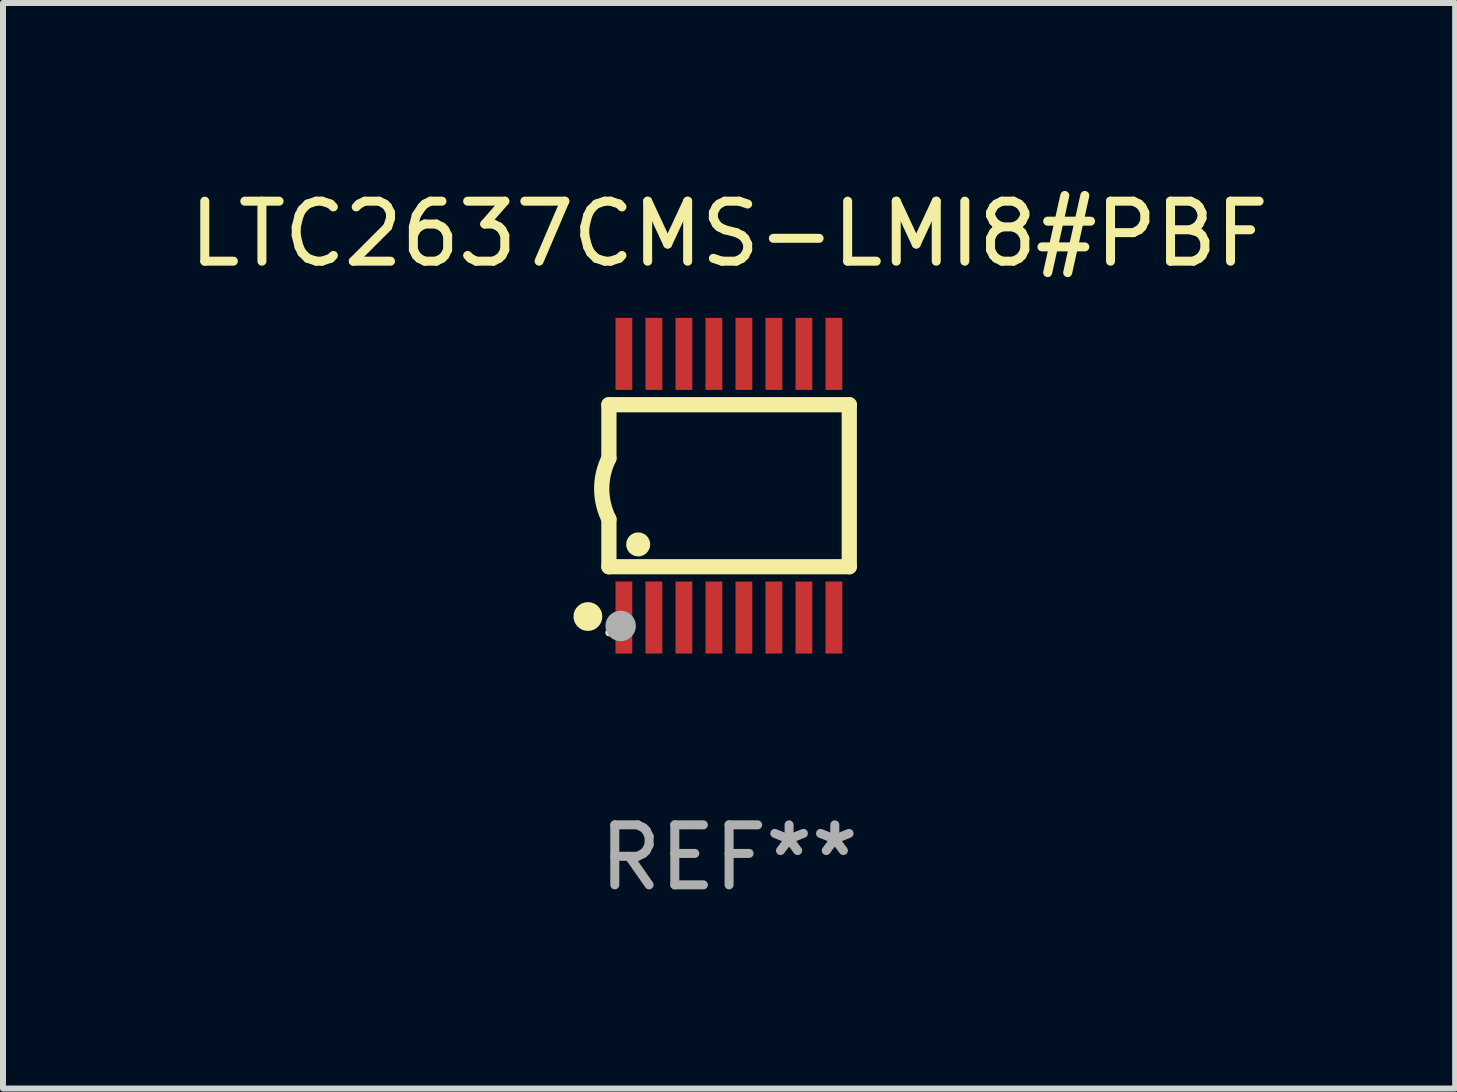
<source format=kicad_pcb>
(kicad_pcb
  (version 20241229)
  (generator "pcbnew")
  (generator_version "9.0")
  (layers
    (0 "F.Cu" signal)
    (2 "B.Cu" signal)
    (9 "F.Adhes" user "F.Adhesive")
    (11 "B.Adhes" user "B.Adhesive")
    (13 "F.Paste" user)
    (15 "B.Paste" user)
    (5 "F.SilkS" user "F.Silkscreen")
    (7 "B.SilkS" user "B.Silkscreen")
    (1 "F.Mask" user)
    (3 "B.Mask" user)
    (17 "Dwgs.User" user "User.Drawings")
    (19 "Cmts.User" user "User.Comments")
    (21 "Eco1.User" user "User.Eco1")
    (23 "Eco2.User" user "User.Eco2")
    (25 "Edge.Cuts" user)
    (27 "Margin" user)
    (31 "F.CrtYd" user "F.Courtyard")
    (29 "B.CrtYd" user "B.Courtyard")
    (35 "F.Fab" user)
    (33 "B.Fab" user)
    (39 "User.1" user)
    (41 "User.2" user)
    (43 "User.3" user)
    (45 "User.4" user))
  (footprint "LTC2637CMS-LMI8#PBF"
    (layer "F.Cu")
    (at 9.101 5.045)
    (property "Reference" "LTC2637CMS-LMI8#PBF" (at 0 -4.197 0) (layer "F.SilkS") (effects (font (size 1 1) (thickness 0.15))))
    (attr through_hole)
    (fp_line (start -2.003 -1.35) (end -2.003 -0.457) (stroke (width 0.254) (type solid)) (layer "F.SilkS"))
    (fp_line (start -2.003 -1.35) (end 2.003 -1.35) (stroke (width 0.254) (type solid)) (layer "F.SilkS"))
    (fp_line (start -2.003 1.35) (end -2.003 0.559) (stroke (width 0.254) (type solid)) (layer "F.SilkS"))
    (fp_line (start -2.003 1.35) (end 2.003 1.35) (stroke (width 0.254) (type solid)) (layer "F.SilkS"))
    (fp_line (start 2.003 -1.35) (end 2.003 1.35) (stroke (width 0.254) (type solid)) (layer "F.SilkS"))
    (fp_arc (start -2.002286 0.558802) (mid -2.122556 0.05092) (end -2.003302 -0.457201) (stroke (width 0.254001) (type solid)) (layer "F.SilkS"))
    (fp_circle (center -2.353 2.18) (end -2.233 2.18) (stroke (width 0.24) (type solid)) (fill no) (layer "F.SilkS"))
    (fp_circle (center -2.003 2.45) (end -1.973 2.45) (stroke (width 0.06) (type solid)) (fill no) (layer "F.SilkS"))
    (fp_circle (center -1.515 0.978) (end -1.415 0.978) (stroke (width 0.2) (type solid)) (fill no) (layer "F.SilkS"))
    (fp_circle (center -1.807 2.337) (end -1.68 2.337) (stroke (width 0.254) (type solid)) (fill no) (layer "F.Fab"))
    (fp_text user "REF**" (at 0 6.197 0) (layer "F.Fab") (effects (font (size 1 1) (thickness 0.15))))
    (pad "1" smd rect (at -1.753 2.197 90) (size 1.2 0.28) (layers "F.Cu" "F.Mask" "F.Paste"))
    (pad "2" smd rect (at -1.253 2.197 90) (size 1.2 0.28) (layers "F.Cu" "F.Mask" "F.Paste"))
    (pad "3" smd rect (at -0.753 2.197 90) (size 1.2 0.28) (layers "F.Cu" "F.Mask" "F.Paste"))
    (pad "4" smd rect (at -0.253 2.197 90) (size 1.2 0.28) (layers "F.Cu" "F.Mask" "F.Paste"))
    (pad "5" smd rect (at 0.247 2.197 90) (size 1.2 0.28) (layers "F.Cu" "F.Mask" "F.Paste"))
    (pad "6" smd rect (at 0.747 2.197 90) (size 1.2 0.28) (layers "F.Cu" "F.Mask" "F.Paste"))
    (pad "7" smd rect (at 1.247 2.197 90) (size 1.2 0.28) (layers "F.Cu" "F.Mask" "F.Paste"))
    (pad "8" smd rect (at 1.747 2.197 90) (size 1.2 0.28) (layers "F.Cu" "F.Mask" "F.Paste"))
    (pad "9" smd rect (at 1.747 -2.197 90) (size 1.2 0.28) (layers "F.Cu" "F.Mask" "F.Paste"))
    (pad "10" smd rect (at 1.247 -2.197 90) (size 1.2 0.28) (layers "F.Cu" "F.Mask" "F.Paste"))
    (pad "11" smd rect (at 0.747 -2.197 90) (size 1.2 0.28) (layers "F.Cu" "F.Mask" "F.Paste"))
    (pad "12" smd rect (at 0.247 -2.197 90) (size 1.2 0.28) (layers "F.Cu" "F.Mask" "F.Paste"))
    (pad "13" smd rect (at -0.253 -2.197 90) (size 1.2 0.28) (layers "F.Cu" "F.Mask" "F.Paste"))
    (pad "14" smd rect (at -0.753 -2.197 90) (size 1.2 0.28) (layers "F.Cu" "F.Mask" "F.Paste"))
    (pad "15" smd rect (at -1.253 -2.197 90) (size 1.2 0.28) (layers "F.Cu" "F.Mask" "F.Paste"))
    (pad "16" smd rect (at -1.753 -2.197 90) (size 1.2 0.28) (layers "F.Cu" "F.Mask" "F.Paste")))
  (gr_rect
    (start -3 -3)
    (end 21.202 15.091)
    (stroke (width 0.1) (type default))
    (fill no)
    (layer "Edge.Cuts")))
</source>
